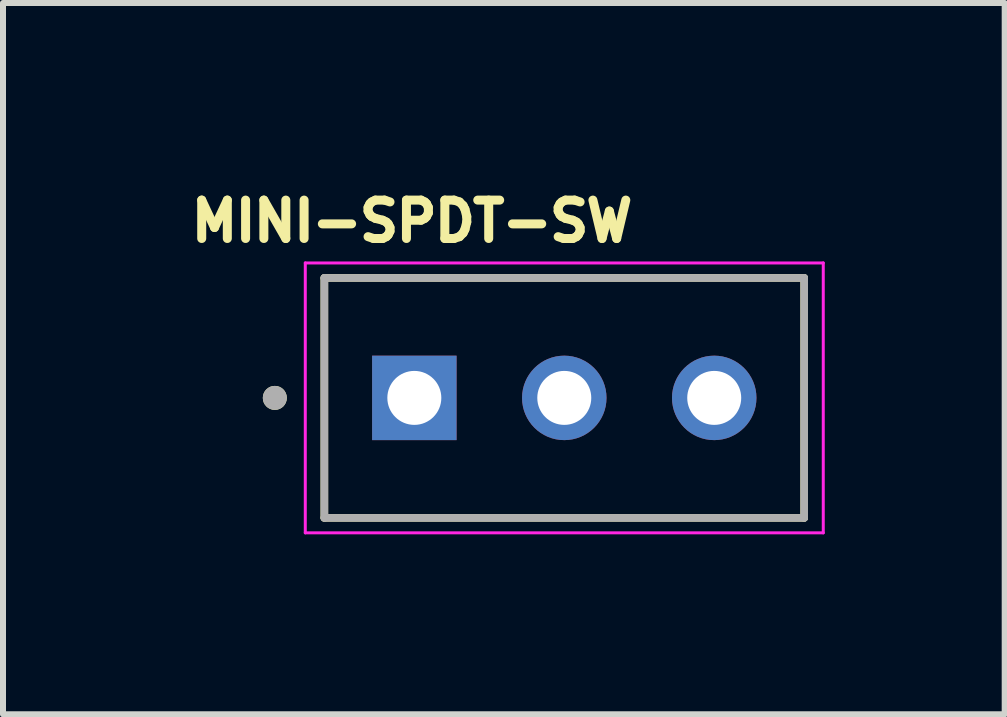
<source format=kicad_pcb>
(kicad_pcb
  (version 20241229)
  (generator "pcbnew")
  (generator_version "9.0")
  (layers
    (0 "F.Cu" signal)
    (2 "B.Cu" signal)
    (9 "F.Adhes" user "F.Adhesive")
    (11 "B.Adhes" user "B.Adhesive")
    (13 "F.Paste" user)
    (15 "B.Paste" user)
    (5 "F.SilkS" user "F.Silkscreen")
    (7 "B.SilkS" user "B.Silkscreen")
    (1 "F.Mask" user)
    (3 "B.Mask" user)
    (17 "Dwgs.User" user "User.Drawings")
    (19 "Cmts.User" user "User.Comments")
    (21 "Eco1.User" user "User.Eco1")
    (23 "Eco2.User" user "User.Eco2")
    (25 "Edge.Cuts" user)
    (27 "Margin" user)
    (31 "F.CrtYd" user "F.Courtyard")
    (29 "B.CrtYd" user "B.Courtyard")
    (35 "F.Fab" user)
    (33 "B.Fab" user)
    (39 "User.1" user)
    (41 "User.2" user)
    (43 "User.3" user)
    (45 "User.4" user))
  (footprint "MINI-SPDT-SW"
    (layer "F.Cu")
    (at 6.358 3.584)
    (property "Reference" "MINI-SPDT-SW" (at -2.54 -2.946 0) (layer "F.SilkS") (effects (font (size 0.64 0.64) (thickness 0.15))))
    (attr through_hole)
    (fp_line (start -4 -2) (end -4 2) (stroke (width 0.127) (type solid)) (layer "F.SilkS"))
    (fp_line (start -4 2) (end 4 2) (stroke (width 0.127) (type solid)) (layer "F.SilkS"))
    (fp_line (start 4 -2) (end -4 -2) (stroke (width 0.127) (type solid)) (layer "F.SilkS"))
    (fp_line (start 4 2) (end 4 -2) (stroke (width 0.127) (type solid)) (layer "F.SilkS"))
    (fp_circle (center -4.826 0) (end -4.726 0) (stroke (width 0.2) (type solid)) (fill no) (layer "F.SilkS"))
    (fp_line (start -4.318 -2.25) (end -4.318 2.25) (stroke (width 0.05) (type solid)) (layer "F.CrtYd"))
    (fp_line (start -4.318 2.25) (end 4.318 2.25) (stroke (width 0.05) (type solid)) (layer "F.CrtYd"))
    (fp_line (start 4.318 -2.25) (end -4.318 -2.25) (stroke (width 0.05) (type solid)) (layer "F.CrtYd"))
    (fp_line (start 4.318 2.25) (end 4.318 -2.25) (stroke (width 0.05) (type solid)) (layer "F.CrtYd"))
    (fp_line (start -4 -2) (end -4 2) (stroke (width 0.127) (type solid)) (layer "F.Fab"))
    (fp_line (start -4 2) (end 4 2) (stroke (width 0.127) (type solid)) (layer "F.Fab"))
    (fp_line (start 4 -2) (end -4 -2) (stroke (width 0.127) (type solid)) (layer "F.Fab"))
    (fp_line (start 4 2) (end 4 -2) (stroke (width 0.127) (type solid)) (layer "F.Fab"))
    (fp_circle (center -4.826 0) (end -4.726 0) (stroke (width 0.2) (type solid)) (fill no) (layer "F.Fab"))
    (pad "1" thru_hole rect (at -2.5 0) (size 1.408 1.408) (drill 0.9) (layers "*.Cu" "*.Mask"))
    (pad "2" thru_hole circle (at 0 0) (size 1.408 1.408) (drill 0.9) (layers "*.Cu" "*.Mask"))
    (pad "3" thru_hole circle (at 2.5 0) (size 1.408 1.408) (drill 0.9) (layers "*.Cu" "*.Mask")))
  (gr_rect
    (start -3 -3)
    (end 13.701 8.859)
    (stroke (width 0.1) (type default))
    (fill no)
    (layer "Edge.Cuts")))
</source>
